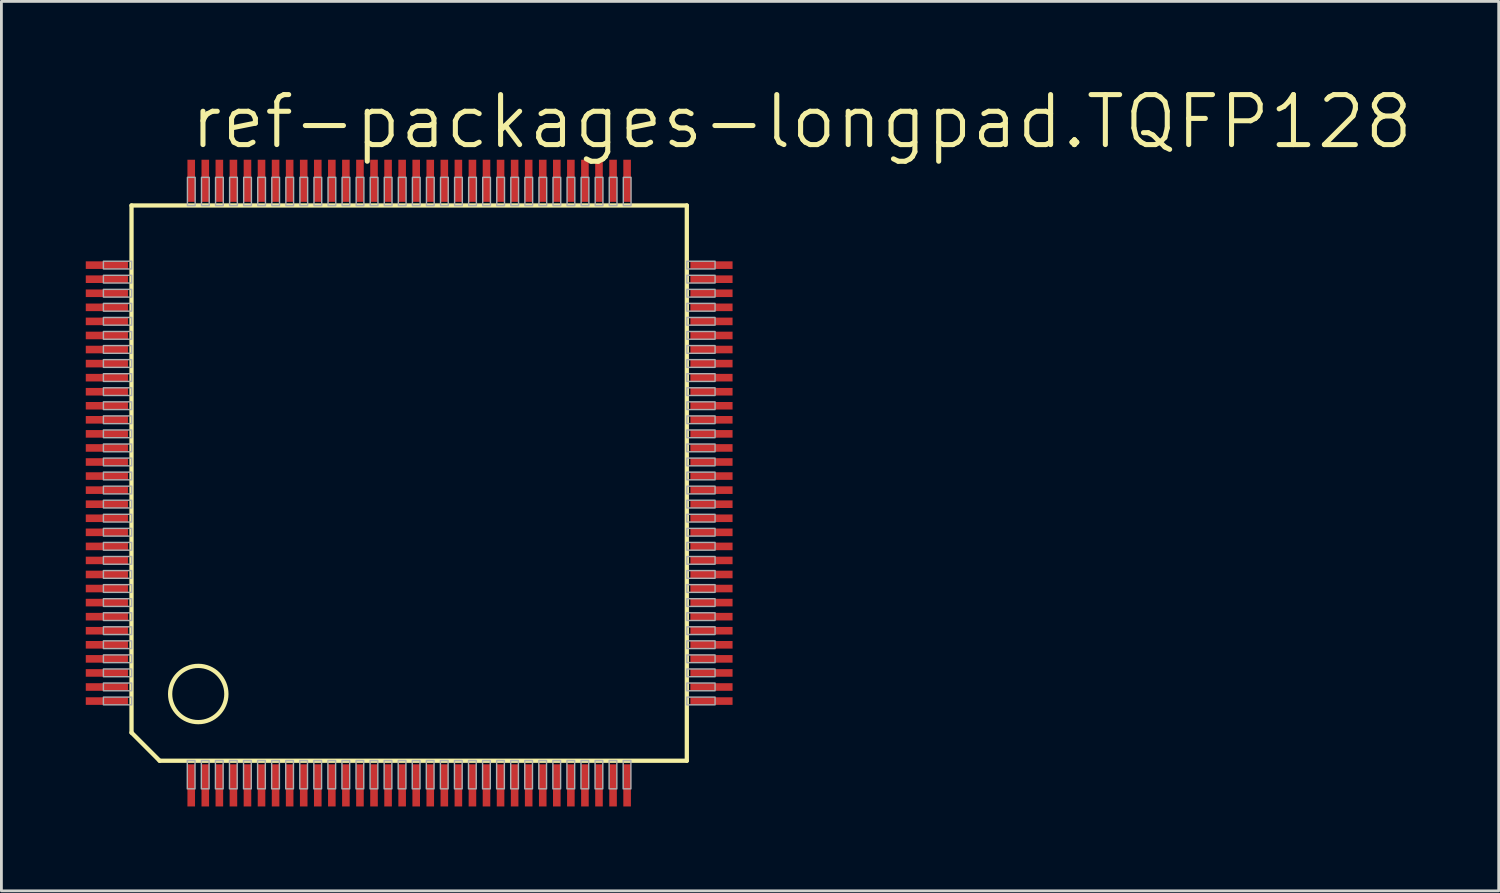
<source format=kicad_pcb>
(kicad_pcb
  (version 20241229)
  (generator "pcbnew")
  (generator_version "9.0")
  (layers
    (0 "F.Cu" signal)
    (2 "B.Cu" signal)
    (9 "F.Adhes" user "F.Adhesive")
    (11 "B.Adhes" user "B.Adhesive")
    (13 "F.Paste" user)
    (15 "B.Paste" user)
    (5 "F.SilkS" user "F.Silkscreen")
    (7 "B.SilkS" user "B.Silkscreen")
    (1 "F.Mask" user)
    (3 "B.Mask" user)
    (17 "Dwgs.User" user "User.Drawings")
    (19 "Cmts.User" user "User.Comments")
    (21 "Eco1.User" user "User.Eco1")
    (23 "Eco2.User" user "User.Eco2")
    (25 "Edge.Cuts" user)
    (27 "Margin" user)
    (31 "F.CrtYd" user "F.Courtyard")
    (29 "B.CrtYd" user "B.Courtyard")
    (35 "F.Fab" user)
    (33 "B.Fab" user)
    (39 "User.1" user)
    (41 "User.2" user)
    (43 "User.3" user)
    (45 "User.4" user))
  (footprint "ref-packages-longpad.TQFP128"
    (layer "F.Cu")
    (at 11.5 14.129)
    (property "Reference" "ref-packages-longpad.TQFP128" (at -7.874 -11.811 0) (layer "F.SilkS") (effects (font (size 1.778 1.778) (thickness 0.18)) (justify left bottom)))
    (attr smd)
    (fp_line (start -9.873 -9.873) (end -9.873 8.873) (stroke (width 0.152) (type default)) (layer "F.SilkS"))
    (fp_line (start -9.873 8.873) (end -8.873 9.873) (stroke (width 0.152) (type default)) (layer "F.SilkS"))
    (fp_line (start -8.873 9.873) (end 9.873 9.873) (stroke (width 0.152) (type default)) (layer "F.SilkS"))
    (fp_line (start 9.873 -9.873) (end -9.873 -9.873) (stroke (width 0.152) (type default)) (layer "F.SilkS"))
    (fp_line (start 9.873 9.873) (end 9.873 -9.873) (stroke (width 0.152) (type default)) (layer "F.SilkS"))
    (fp_circle (center -7.5 7.5) (end -6.5 7.5) (stroke (width 0.152) (type default)) (fill no) (layer "F.SilkS"))
    (fp_rect (start -10.873 -7.615) (end -9.868 -7.89) (stroke (width 0.05) (type default)) (fill no) (layer "F.Fab"))
    (fp_rect (start -10.873 -7.115) (end -9.868 -7.39) (stroke (width 0.05) (type default)) (fill no) (layer "F.Fab"))
    (fp_rect (start -10.873 -6.615) (end -9.868 -6.89) (stroke (width 0.05) (type default)) (fill no) (layer "F.Fab"))
    (fp_rect (start -10.873 -6.115) (end -9.868 -6.39) (stroke (width 0.05) (type default)) (fill no) (layer "F.Fab"))
    (fp_rect (start -10.873 -5.615) (end -9.868 -5.89) (stroke (width 0.05) (type default)) (fill no) (layer "F.Fab"))
    (fp_rect (start -10.873 -5.115) (end -9.868 -5.39) (stroke (width 0.05) (type default)) (fill no) (layer "F.Fab"))
    (fp_rect (start -10.873 -4.615) (end -9.868 -4.89) (stroke (width 0.05) (type default)) (fill no) (layer "F.Fab"))
    (fp_rect (start -10.873 -4.115) (end -9.868 -4.39) (stroke (width 0.05) (type default)) (fill no) (layer "F.Fab"))
    (fp_rect (start -10.873 -3.615) (end -9.868 -3.89) (stroke (width 0.05) (type default)) (fill no) (layer "F.Fab"))
    (fp_rect (start -10.873 -3.115) (end -9.868 -3.39) (stroke (width 0.05) (type default)) (fill no) (layer "F.Fab"))
    (fp_rect (start -10.873 -2.615) (end -9.868 -2.89) (stroke (width 0.05) (type default)) (fill no) (layer "F.Fab"))
    (fp_rect (start -10.873 -2.115) (end -9.868 -2.39) (stroke (width 0.05) (type default)) (fill no) (layer "F.Fab"))
    (fp_rect (start -10.873 -1.615) (end -9.868 -1.89) (stroke (width 0.05) (type default)) (fill no) (layer "F.Fab"))
    (fp_rect (start -10.873 -1.115) (end -9.868 -1.39) (stroke (width 0.05) (type default)) (fill no) (layer "F.Fab"))
    (fp_rect (start -10.873 -0.615) (end -9.868 -0.89) (stroke (width 0.05) (type default)) (fill no) (layer "F.Fab"))
    (fp_rect (start -10.873 -0.115) (end -9.868 -0.39) (stroke (width 0.05) (type default)) (fill no) (layer "F.Fab"))
    (fp_rect (start -10.873 0.385) (end -9.868 0.11) (stroke (width 0.05) (type default)) (fill no) (layer "F.Fab"))
    (fp_rect (start -10.873 0.885) (end -9.868 0.61) (stroke (width 0.05) (type default)) (fill no) (layer "F.Fab"))
    (fp_rect (start -10.873 1.385) (end -9.868 1.11) (stroke (width 0.05) (type default)) (fill no) (layer "F.Fab"))
    (fp_rect (start -10.873 1.885) (end -9.868 1.61) (stroke (width 0.05) (type default)) (fill no) (layer "F.Fab"))
    (fp_rect (start -10.873 2.385) (end -9.868 2.11) (stroke (width 0.05) (type default)) (fill no) (layer "F.Fab"))
    (fp_rect (start -10.873 2.885) (end -9.868 2.61) (stroke (width 0.05) (type default)) (fill no) (layer "F.Fab"))
    (fp_rect (start -10.873 3.385) (end -9.868 3.11) (stroke (width 0.05) (type default)) (fill no) (layer "F.Fab"))
    (fp_rect (start -10.873 3.885) (end -9.868 3.61) (stroke (width 0.05) (type default)) (fill no) (layer "F.Fab"))
    (fp_rect (start -10.873 4.385) (end -9.868 4.11) (stroke (width 0.05) (type default)) (fill no) (layer "F.Fab"))
    (fp_rect (start -10.873 4.885) (end -9.868 4.61) (stroke (width 0.05) (type default)) (fill no) (layer "F.Fab"))
    (fp_rect (start -10.873 5.385) (end -9.868 5.11) (stroke (width 0.05) (type default)) (fill no) (layer "F.Fab"))
    (fp_rect (start -10.873 5.885) (end -9.868 5.61) (stroke (width 0.05) (type default)) (fill no) (layer "F.Fab"))
    (fp_rect (start -10.873 6.385) (end -9.868 6.11) (stroke (width 0.05) (type default)) (fill no) (layer "F.Fab"))
    (fp_rect (start -10.873 6.885) (end -9.868 6.61) (stroke (width 0.05) (type default)) (fill no) (layer "F.Fab"))
    (fp_rect (start -10.873 7.385) (end -9.868 7.11) (stroke (width 0.05) (type default)) (fill no) (layer "F.Fab"))
    (fp_rect (start -10.873 7.885) (end -9.868 7.61) (stroke (width 0.05) (type default)) (fill no) (layer "F.Fab"))
    (fp_rect (start -7.89 10.873) (end -7.615 9.868) (stroke (width 0.05) (type default)) (fill no) (layer "F.Fab"))
    (fp_rect (start -7.885 -9.868) (end -7.61 -10.873) (stroke (width 0.05) (type default)) (fill no) (layer "F.Fab"))
    (fp_rect (start -7.39 10.873) (end -7.115 9.868) (stroke (width 0.05) (type default)) (fill no) (layer "F.Fab"))
    (fp_rect (start -7.385 -9.868) (end -7.11 -10.873) (stroke (width 0.05) (type default)) (fill no) (layer "F.Fab"))
    (fp_rect (start -6.89 10.873) (end -6.615 9.868) (stroke (width 0.05) (type default)) (fill no) (layer "F.Fab"))
    (fp_rect (start -6.885 -9.868) (end -6.61 -10.873) (stroke (width 0.05) (type default)) (fill no) (layer "F.Fab"))
    (fp_rect (start -6.39 10.873) (end -6.115 9.868) (stroke (width 0.05) (type default)) (fill no) (layer "F.Fab"))
    (fp_rect (start -6.385 -9.868) (end -6.11 -10.873) (stroke (width 0.05) (type default)) (fill no) (layer "F.Fab"))
    (fp_rect (start -5.89 10.873) (end -5.615 9.868) (stroke (width 0.05) (type default)) (fill no) (layer "F.Fab"))
    (fp_rect (start -5.885 -9.868) (end -5.61 -10.873) (stroke (width 0.05) (type default)) (fill no) (layer "F.Fab"))
    (fp_rect (start -5.39 10.873) (end -5.115 9.868) (stroke (width 0.05) (type default)) (fill no) (layer "F.Fab"))
    (fp_rect (start -5.385 -9.868) (end -5.11 -10.873) (stroke (width 0.05) (type default)) (fill no) (layer "F.Fab"))
    (fp_rect (start -4.89 10.873) (end -4.615 9.868) (stroke (width 0.05) (type default)) (fill no) (layer "F.Fab"))
    (fp_rect (start -4.885 -9.868) (end -4.61 -10.873) (stroke (width 0.05) (type default)) (fill no) (layer "F.Fab"))
    (fp_rect (start -4.39 10.873) (end -4.115 9.868) (stroke (width 0.05) (type default)) (fill no) (layer "F.Fab"))
    (fp_rect (start -4.385 -9.868) (end -4.11 -10.873) (stroke (width 0.05) (type default)) (fill no) (layer "F.Fab"))
    (fp_rect (start -3.89 10.873) (end -3.615 9.868) (stroke (width 0.05) (type default)) (fill no) (layer "F.Fab"))
    (fp_rect (start -3.885 -9.868) (end -3.61 -10.873) (stroke (width 0.05) (type default)) (fill no) (layer "F.Fab"))
    (fp_rect (start -3.39 10.873) (end -3.115 9.868) (stroke (width 0.05) (type default)) (fill no) (layer "F.Fab"))
    (fp_rect (start -3.385 -9.868) (end -3.11 -10.873) (stroke (width 0.05) (type default)) (fill no) (layer "F.Fab"))
    (fp_rect (start -2.89 10.873) (end -2.615 9.868) (stroke (width 0.05) (type default)) (fill no) (layer "F.Fab"))
    (fp_rect (start -2.885 -9.868) (end -2.61 -10.873) (stroke (width 0.05) (type default)) (fill no) (layer "F.Fab"))
    (fp_rect (start -2.39 10.873) (end -2.115 9.868) (stroke (width 0.05) (type default)) (fill no) (layer "F.Fab"))
    (fp_rect (start -2.385 -9.868) (end -2.11 -10.873) (stroke (width 0.05) (type default)) (fill no) (layer "F.Fab"))
    (fp_rect (start -1.89 10.873) (end -1.615 9.868) (stroke (width 0.05) (type default)) (fill no) (layer "F.Fab"))
    (fp_rect (start -1.885 -9.868) (end -1.61 -10.873) (stroke (width 0.05) (type default)) (fill no) (layer "F.Fab"))
    (fp_rect (start -1.39 10.873) (end -1.115 9.868) (stroke (width 0.05) (type default)) (fill no) (layer "F.Fab"))
    (fp_rect (start -1.385 -9.868) (end -1.11 -10.873) (stroke (width 0.05) (type default)) (fill no) (layer "F.Fab"))
    (fp_rect (start -0.89 10.873) (end -0.615 9.868) (stroke (width 0.05) (type default)) (fill no) (layer "F.Fab"))
    (fp_rect (start -0.885 -9.868) (end -0.61 -10.873) (stroke (width 0.05) (type default)) (fill no) (layer "F.Fab"))
    (fp_rect (start -0.39 10.873) (end -0.115 9.868) (stroke (width 0.05) (type default)) (fill no) (layer "F.Fab"))
    (fp_rect (start -0.385 -9.868) (end -0.11 -10.873) (stroke (width 0.05) (type default)) (fill no) (layer "F.Fab"))
    (fp_rect (start 0.11 10.873) (end 0.385 9.868) (stroke (width 0.05) (type default)) (fill no) (layer "F.Fab"))
    (fp_rect (start 0.115 -9.868) (end 0.39 -10.873) (stroke (width 0.05) (type default)) (fill no) (layer "F.Fab"))
    (fp_rect (start 0.61 10.873) (end 0.885 9.868) (stroke (width 0.05) (type default)) (fill no) (layer "F.Fab"))
    (fp_rect (start 0.615 -9.868) (end 0.89 -10.873) (stroke (width 0.05) (type default)) (fill no) (layer "F.Fab"))
    (fp_rect (start 1.11 10.873) (end 1.385 9.868) (stroke (width 0.05) (type default)) (fill no) (layer "F.Fab"))
    (fp_rect (start 1.115 -9.868) (end 1.39 -10.873) (stroke (width 0.05) (type default)) (fill no) (layer "F.Fab"))
    (fp_rect (start 1.61 10.873) (end 1.885 9.868) (stroke (width 0.05) (type default)) (fill no) (layer "F.Fab"))
    (fp_rect (start 1.615 -9.868) (end 1.89 -10.873) (stroke (width 0.05) (type default)) (fill no) (layer "F.Fab"))
    (fp_rect (start 2.11 10.873) (end 2.385 9.868) (stroke (width 0.05) (type default)) (fill no) (layer "F.Fab"))
    (fp_rect (start 2.115 -9.868) (end 2.39 -10.873) (stroke (width 0.05) (type default)) (fill no) (layer "F.Fab"))
    (fp_rect (start 2.61 10.873) (end 2.885 9.868) (stroke (width 0.05) (type default)) (fill no) (layer "F.Fab"))
    (fp_rect (start 2.615 -9.868) (end 2.89 -10.873) (stroke (width 0.05) (type default)) (fill no) (layer "F.Fab"))
    (fp_rect (start 3.11 10.873) (end 3.385 9.868) (stroke (width 0.05) (type default)) (fill no) (layer "F.Fab"))
    (fp_rect (start 3.115 -9.868) (end 3.39 -10.873) (stroke (width 0.05) (type default)) (fill no) (layer "F.Fab"))
    (fp_rect (start 3.61 10.873) (end 3.885 9.868) (stroke (width 0.05) (type default)) (fill no) (layer "F.Fab"))
    (fp_rect (start 3.615 -9.868) (end 3.89 -10.873) (stroke (width 0.05) (type default)) (fill no) (layer "F.Fab"))
    (fp_rect (start 4.11 10.873) (end 4.385 9.868) (stroke (width 0.05) (type default)) (fill no) (layer "F.Fab"))
    (fp_rect (start 4.115 -9.868) (end 4.39 -10.873) (stroke (width 0.05) (type default)) (fill no) (layer "F.Fab"))
    (fp_rect (start 4.61 10.873) (end 4.885 9.868) (stroke (width 0.05) (type default)) (fill no) (layer "F.Fab"))
    (fp_rect (start 4.615 -9.868) (end 4.89 -10.873) (stroke (width 0.05) (type default)) (fill no) (layer "F.Fab"))
    (fp_rect (start 5.11 10.873) (end 5.385 9.868) (stroke (width 0.05) (type default)) (fill no) (layer "F.Fab"))
    (fp_rect (start 5.115 -9.868) (end 5.39 -10.873) (stroke (width 0.05) (type default)) (fill no) (layer "F.Fab"))
    (fp_rect (start 5.61 10.873) (end 5.885 9.868) (stroke (width 0.05) (type default)) (fill no) (layer "F.Fab"))
    (fp_rect (start 5.615 -9.868) (end 5.89 -10.873) (stroke (width 0.05) (type default)) (fill no) (layer "F.Fab"))
    (fp_rect (start 6.11 10.873) (end 6.385 9.868) (stroke (width 0.05) (type default)) (fill no) (layer "F.Fab"))
    (fp_rect (start 6.115 -9.868) (end 6.39 -10.873) (stroke (width 0.05) (type default)) (fill no) (layer "F.Fab"))
    (fp_rect (start 6.61 10.873) (end 6.885 9.868) (stroke (width 0.05) (type default)) (fill no) (layer "F.Fab"))
    (fp_rect (start 6.615 -9.868) (end 6.89 -10.873) (stroke (width 0.05) (type default)) (fill no) (layer "F.Fab"))
    (fp_rect (start 7.11 10.873) (end 7.385 9.868) (stroke (width 0.05) (type default)) (fill no) (layer "F.Fab"))
    (fp_rect (start 7.115 -9.868) (end 7.39 -10.873) (stroke (width 0.05) (type default)) (fill no) (layer "F.Fab"))
    (fp_rect (start 7.61 10.873) (end 7.885 9.868) (stroke (width 0.05) (type default)) (fill no) (layer "F.Fab"))
    (fp_rect (start 7.615 -9.868) (end 7.89 -10.873) (stroke (width 0.05) (type default)) (fill no) (layer "F.Fab"))
    (fp_rect (start 9.873 -7.615) (end 10.878 -7.89) (stroke (width 0.05) (type default)) (fill no) (layer "F.Fab"))
    (fp_rect (start 9.873 -7.115) (end 10.878 -7.39) (stroke (width 0.05) (type default)) (fill no) (layer "F.Fab"))
    (fp_rect (start 9.873 -6.615) (end 10.878 -6.89) (stroke (width 0.05) (type default)) (fill no) (layer "F.Fab"))
    (fp_rect (start 9.873 -6.115) (end 10.878 -6.39) (stroke (width 0.05) (type default)) (fill no) (layer "F.Fab"))
    (fp_rect (start 9.873 -5.615) (end 10.878 -5.89) (stroke (width 0.05) (type default)) (fill no) (layer "F.Fab"))
    (fp_rect (start 9.873 -5.115) (end 10.878 -5.39) (stroke (width 0.05) (type default)) (fill no) (layer "F.Fab"))
    (fp_rect (start 9.873 -4.615) (end 10.878 -4.89) (stroke (width 0.05) (type default)) (fill no) (layer "F.Fab"))
    (fp_rect (start 9.873 -4.115) (end 10.878 -4.39) (stroke (width 0.05) (type default)) (fill no) (layer "F.Fab"))
    (fp_rect (start 9.873 -3.615) (end 10.878 -3.89) (stroke (width 0.05) (type default)) (fill no) (layer "F.Fab"))
    (fp_rect (start 9.873 -3.115) (end 10.878 -3.39) (stroke (width 0.05) (type default)) (fill no) (layer "F.Fab"))
    (fp_rect (start 9.873 -2.615) (end 10.878 -2.89) (stroke (width 0.05) (type default)) (fill no) (layer "F.Fab"))
    (fp_rect (start 9.873 -2.115) (end 10.878 -2.39) (stroke (width 0.05) (type default)) (fill no) (layer "F.Fab"))
    (fp_rect (start 9.873 -1.615) (end 10.878 -1.89) (stroke (width 0.05) (type default)) (fill no) (layer "F.Fab"))
    (fp_rect (start 9.873 -1.115) (end 10.878 -1.39) (stroke (width 0.05) (type default)) (fill no) (layer "F.Fab"))
    (fp_rect (start 9.873 -0.615) (end 10.878 -0.89) (stroke (width 0.05) (type default)) (fill no) (layer "F.Fab"))
    (fp_rect (start 9.873 -0.115) (end 10.878 -0.39) (stroke (width 0.05) (type default)) (fill no) (layer "F.Fab"))
    (fp_rect (start 9.873 0.385) (end 10.878 0.11) (stroke (width 0.05) (type default)) (fill no) (layer "F.Fab"))
    (fp_rect (start 9.873 0.885) (end 10.878 0.61) (stroke (width 0.05) (type default)) (fill no) (layer "F.Fab"))
    (fp_rect (start 9.873 1.385) (end 10.878 1.11) (stroke (width 0.05) (type default)) (fill no) (layer "F.Fab"))
    (fp_rect (start 9.873 1.885) (end 10.878 1.61) (stroke (width 0.05) (type default)) (fill no) (layer "F.Fab"))
    (fp_rect (start 9.873 2.385) (end 10.878 2.11) (stroke (width 0.05) (type default)) (fill no) (layer "F.Fab"))
    (fp_rect (start 9.873 2.885) (end 10.878 2.61) (stroke (width 0.05) (type default)) (fill no) (layer "F.Fab"))
    (fp_rect (start 9.873 3.385) (end 10.878 3.11) (stroke (width 0.05) (type default)) (fill no) (layer "F.Fab"))
    (fp_rect (start 9.873 3.885) (end 10.878 3.61) (stroke (width 0.05) (type default)) (fill no) (layer "F.Fab"))
    (fp_rect (start 9.873 4.385) (end 10.878 4.11) (stroke (width 0.05) (type default)) (fill no) (layer "F.Fab"))
    (fp_rect (start 9.873 4.885) (end 10.878 4.61) (stroke (width 0.05) (type default)) (fill no) (layer "F.Fab"))
    (fp_rect (start 9.873 5.385) (end 10.878 5.11) (stroke (width 0.05) (type default)) (fill no) (layer "F.Fab"))
    (fp_rect (start 9.873 5.885) (end 10.878 5.61) (stroke (width 0.05) (type default)) (fill no) (layer "F.Fab"))
    (fp_rect (start 9.873 6.385) (end 10.878 6.11) (stroke (width 0.05) (type default)) (fill no) (layer "F.Fab"))
    (fp_rect (start 9.873 6.885) (end 10.878 6.61) (stroke (width 0.05) (type default)) (fill no) (layer "F.Fab"))
    (fp_rect (start 9.873 7.385) (end 10.878 7.11) (stroke (width 0.05) (type default)) (fill no) (layer "F.Fab"))
    (fp_rect (start 9.873 7.885) (end 10.878 7.61) (stroke (width 0.05) (type default)) (fill no) (layer "F.Fab"))
    (pad "1" smd roundrect (at -7.75 10.75) (size 0.27 1.5) (layers "F.Cu" "F.Mask" "F.Paste") (roundrect_rratio 0.01))
    (pad "2" smd roundrect (at -7.25 10.75) (size 0.27 1.5) (layers "F.Cu" "F.Mask" "F.Paste") (roundrect_rratio 0.01))
    (pad "3" smd roundrect (at -6.75 10.75) (size 0.27 1.5) (layers "F.Cu" "F.Mask" "F.Paste") (roundrect_rratio 0.01))
    (pad "4" smd roundrect (at -6.25 10.75) (size 0.27 1.5) (layers "F.Cu" "F.Mask" "F.Paste") (roundrect_rratio 0.01))
    (pad "5" smd roundrect (at -5.75 10.75) (size 0.27 1.5) (layers "F.Cu" "F.Mask" "F.Paste") (roundrect_rratio 0.01))
    (pad "6" smd roundrect (at -5.25 10.75) (size 0.27 1.5) (layers "F.Cu" "F.Mask" "F.Paste") (roundrect_rratio 0.01))
    (pad "7" smd roundrect (at -4.75 10.75) (size 0.27 1.5) (layers "F.Cu" "F.Mask" "F.Paste") (roundrect_rratio 0.01))
    (pad "8" smd roundrect (at -4.25 10.75) (size 0.27 1.5) (layers "F.Cu" "F.Mask" "F.Paste") (roundrect_rratio 0.01))
    (pad "9" smd roundrect (at -3.75 10.75) (size 0.27 1.5) (layers "F.Cu" "F.Mask" "F.Paste") (roundrect_rratio 0.01))
    (pad "10" smd roundrect (at -3.25 10.75) (size 0.27 1.5) (layers "F.Cu" "F.Mask" "F.Paste") (roundrect_rratio 0.01))
    (pad "11" smd roundrect (at -2.75 10.75) (size 0.27 1.5) (layers "F.Cu" "F.Mask" "F.Paste") (roundrect_rratio 0.01))
    (pad "12" smd roundrect (at -2.25 10.75) (size 0.27 1.5) (layers "F.Cu" "F.Mask" "F.Paste") (roundrect_rratio 0.01))
    (pad "13" smd roundrect (at -1.75 10.75) (size 0.27 1.5) (layers "F.Cu" "F.Mask" "F.Paste") (roundrect_rratio 0.01))
    (pad "14" smd roundrect (at -1.25 10.75) (size 0.27 1.5) (layers "F.Cu" "F.Mask" "F.Paste") (roundrect_rratio 0.01))
    (pad "15" smd roundrect (at -0.75 10.75) (size 0.27 1.5) (layers "F.Cu" "F.Mask" "F.Paste") (roundrect_rratio 0.01))
    (pad "16" smd roundrect (at -0.25 10.75) (size 0.27 1.5) (layers "F.Cu" "F.Mask" "F.Paste") (roundrect_rratio 0.01))
    (pad "17" smd roundrect (at 0.25 10.75) (size 0.27 1.5) (layers "F.Cu" "F.Mask" "F.Paste") (roundrect_rratio 0.01))
    (pad "18" smd roundrect (at 0.75 10.75) (size 0.27 1.5) (layers "F.Cu" "F.Mask" "F.Paste") (roundrect_rratio 0.01))
    (pad "19" smd roundrect (at 1.25 10.75) (size 0.27 1.5) (layers "F.Cu" "F.Mask" "F.Paste") (roundrect_rratio 0.01))
    (pad "20" smd roundrect (at 1.75 10.75) (size 0.27 1.5) (layers "F.Cu" "F.Mask" "F.Paste") (roundrect_rratio 0.01))
    (pad "21" smd roundrect (at 2.25 10.75) (size 0.27 1.5) (layers "F.Cu" "F.Mask" "F.Paste") (roundrect_rratio 0.01))
    (pad "22" smd roundrect (at 2.75 10.75) (size 0.27 1.5) (layers "F.Cu" "F.Mask" "F.Paste") (roundrect_rratio 0.01))
    (pad "23" smd roundrect (at 3.25 10.75) (size 0.27 1.5) (layers "F.Cu" "F.Mask" "F.Paste") (roundrect_rratio 0.01))
    (pad "24" smd roundrect (at 3.75 10.75) (size 0.27 1.5) (layers "F.Cu" "F.Mask" "F.Paste") (roundrect_rratio 0.01))
    (pad "25" smd roundrect (at 4.25 10.75) (size 0.27 1.5) (layers "F.Cu" "F.Mask" "F.Paste") (roundrect_rratio 0.01))
    (pad "26" smd roundrect (at 4.75 10.75) (size 0.27 1.5) (layers "F.Cu" "F.Mask" "F.Paste") (roundrect_rratio 0.01))
    (pad "27" smd roundrect (at 5.25 10.75) (size 0.27 1.5) (layers "F.Cu" "F.Mask" "F.Paste") (roundrect_rratio 0.01))
    (pad "28" smd roundrect (at 5.75 10.75) (size 0.27 1.5) (layers "F.Cu" "F.Mask" "F.Paste") (roundrect_rratio 0.01))
    (pad "29" smd roundrect (at 6.25 10.75) (size 0.27 1.5) (layers "F.Cu" "F.Mask" "F.Paste") (roundrect_rratio 0.01))
    (pad "30" smd roundrect (at 6.75 10.75) (size 0.27 1.5) (layers "F.Cu" "F.Mask" "F.Paste") (roundrect_rratio 0.01))
    (pad "31" smd roundrect (at 7.25 10.75) (size 0.27 1.5) (layers "F.Cu" "F.Mask" "F.Paste") (roundrect_rratio 0.01))
    (pad "32" smd roundrect (at 7.75 10.75) (size 0.27 1.5) (layers "F.Cu" "F.Mask" "F.Paste") (roundrect_rratio 0.01))
    (pad "33" smd roundrect (at 10.75 7.75) (size 1.5 0.27) (layers "F.Cu" "F.Mask" "F.Paste") (roundrect_rratio 0.01))
    (pad "34" smd roundrect (at 10.75 7.25) (size 1.5 0.27) (layers "F.Cu" "F.Mask" "F.Paste") (roundrect_rratio 0.01))
    (pad "35" smd roundrect (at 10.75 6.75) (size 1.5 0.27) (layers "F.Cu" "F.Mask" "F.Paste") (roundrect_rratio 0.01))
    (pad "36" smd roundrect (at 10.75 6.25) (size 1.5 0.27) (layers "F.Cu" "F.Mask" "F.Paste") (roundrect_rratio 0.01))
    (pad "37" smd roundrect (at 10.75 5.75) (size 1.5 0.27) (layers "F.Cu" "F.Mask" "F.Paste") (roundrect_rratio 0.01))
    (pad "38" smd roundrect (at 10.75 5.25) (size 1.5 0.27) (layers "F.Cu" "F.Mask" "F.Paste") (roundrect_rratio 0.01))
    (pad "39" smd roundrect (at 10.75 4.75) (size 1.5 0.27) (layers "F.Cu" "F.Mask" "F.Paste") (roundrect_rratio 0.01))
    (pad "40" smd roundrect (at 10.75 4.25) (size 1.5 0.27) (layers "F.Cu" "F.Mask" "F.Paste") (roundrect_rratio 0.01))
    (pad "41" smd roundrect (at 10.75 3.75) (size 1.5 0.27) (layers "F.Cu" "F.Mask" "F.Paste") (roundrect_rratio 0.01))
    (pad "42" smd roundrect (at 10.75 3.25) (size 1.5 0.27) (layers "F.Cu" "F.Mask" "F.Paste") (roundrect_rratio 0.01))
    (pad "43" smd roundrect (at 10.75 2.75) (size 1.5 0.27) (layers "F.Cu" "F.Mask" "F.Paste") (roundrect_rratio 0.01))
    (pad "44" smd roundrect (at 10.75 2.25) (size 1.5 0.27) (layers "F.Cu" "F.Mask" "F.Paste") (roundrect_rratio 0.01))
    (pad "45" smd roundrect (at 10.75 1.75) (size 1.5 0.27) (layers "F.Cu" "F.Mask" "F.Paste") (roundrect_rratio 0.01))
    (pad "46" smd roundrect (at 10.75 1.25) (size 1.5 0.27) (layers "F.Cu" "F.Mask" "F.Paste") (roundrect_rratio 0.01))
    (pad "47" smd roundrect (at 10.75 0.75) (size 1.5 0.27) (layers "F.Cu" "F.Mask" "F.Paste") (roundrect_rratio 0.01))
    (pad "48" smd roundrect (at 10.75 0.25) (size 1.5 0.27) (layers "F.Cu" "F.Mask" "F.Paste") (roundrect_rratio 0.01))
    (pad "49" smd roundrect (at 10.75 -0.25) (size 1.5 0.27) (layers "F.Cu" "F.Mask" "F.Paste") (roundrect_rratio 0.01))
    (pad "50" smd roundrect (at 10.75 -0.75) (size 1.5 0.27) (layers "F.Cu" "F.Mask" "F.Paste") (roundrect_rratio 0.01))
    (pad "51" smd roundrect (at 10.75 -1.25) (size 1.5 0.27) (layers "F.Cu" "F.Mask" "F.Paste") (roundrect_rratio 0.01))
    (pad "52" smd roundrect (at 10.75 -1.75) (size 1.5 0.27) (layers "F.Cu" "F.Mask" "F.Paste") (roundrect_rratio 0.01))
    (pad "53" smd roundrect (at 10.75 -2.25) (size 1.5 0.27) (layers "F.Cu" "F.Mask" "F.Paste") (roundrect_rratio 0.01))
    (pad "54" smd roundrect (at 10.75 -2.75) (size 1.5 0.27) (layers "F.Cu" "F.Mask" "F.Paste") (roundrect_rratio 0.01))
    (pad "55" smd roundrect (at 10.75 -3.25) (size 1.5 0.27) (layers "F.Cu" "F.Mask" "F.Paste") (roundrect_rratio 0.01))
    (pad "56" smd roundrect (at 10.75 -3.75) (size 1.5 0.27) (layers "F.Cu" "F.Mask" "F.Paste") (roundrect_rratio 0.01))
    (pad "57" smd roundrect (at 10.75 -4.25) (size 1.5 0.27) (layers "F.Cu" "F.Mask" "F.Paste") (roundrect_rratio 0.01))
    (pad "58" smd roundrect (at 10.75 -4.75) (size 1.5 0.27) (layers "F.Cu" "F.Mask" "F.Paste") (roundrect_rratio 0.01))
    (pad "59" smd roundrect (at 10.75 -5.25) (size 1.5 0.27) (layers "F.Cu" "F.Mask" "F.Paste") (roundrect_rratio 0.01))
    (pad "60" smd roundrect (at 10.75 -5.75) (size 1.5 0.27) (layers "F.Cu" "F.Mask" "F.Paste") (roundrect_rratio 0.01))
    (pad "61" smd roundrect (at 10.75 -6.25) (size 1.5 0.27) (layers "F.Cu" "F.Mask" "F.Paste") (roundrect_rratio 0.01))
    (pad "62" smd roundrect (at 10.75 -6.75) (size 1.5 0.27) (layers "F.Cu" "F.Mask" "F.Paste") (roundrect_rratio 0.01))
    (pad "63" smd roundrect (at 10.75 -7.25) (size 1.5 0.27) (layers "F.Cu" "F.Mask" "F.Paste") (roundrect_rratio 0.01))
    (pad "64" smd roundrect (at 10.75 -7.75) (size 1.5 0.27) (layers "F.Cu" "F.Mask" "F.Paste") (roundrect_rratio 0.01))
    (pad "65" smd roundrect (at 7.75 -10.75) (size 0.27 1.5) (layers "F.Cu" "F.Mask" "F.Paste") (roundrect_rratio 0.01))
    (pad "66" smd roundrect (at 7.25 -10.75) (size 0.27 1.5) (layers "F.Cu" "F.Mask" "F.Paste") (roundrect_rratio 0.01))
    (pad "67" smd roundrect (at 6.75 -10.75) (size 0.27 1.5) (layers "F.Cu" "F.Mask" "F.Paste") (roundrect_rratio 0.01))
    (pad "68" smd roundrect (at 6.25 -10.75) (size 0.27 1.5) (layers "F.Cu" "F.Mask" "F.Paste") (roundrect_rratio 0.01))
    (pad "69" smd roundrect (at 5.75 -10.75) (size 0.27 1.5) (layers "F.Cu" "F.Mask" "F.Paste") (roundrect_rratio 0.01))
    (pad "70" smd roundrect (at 5.25 -10.75) (size 0.27 1.5) (layers "F.Cu" "F.Mask" "F.Paste") (roundrect_rratio 0.01))
    (pad "71" smd roundrect (at 4.75 -10.75) (size 0.27 1.5) (layers "F.Cu" "F.Mask" "F.Paste") (roundrect_rratio 0.01))
    (pad "72" smd roundrect (at 4.25 -10.75) (size 0.27 1.5) (layers "F.Cu" "F.Mask" "F.Paste") (roundrect_rratio 0.01))
    (pad "73" smd roundrect (at 3.75 -10.75) (size 0.27 1.5) (layers "F.Cu" "F.Mask" "F.Paste") (roundrect_rratio 0.01))
    (pad "74" smd roundrect (at 3.25 -10.75) (size 0.27 1.5) (layers "F.Cu" "F.Mask" "F.Paste") (roundrect_rratio 0.01))
    (pad "75" smd roundrect (at 2.75 -10.75) (size 0.27 1.5) (layers "F.Cu" "F.Mask" "F.Paste") (roundrect_rratio 0.01))
    (pad "76" smd roundrect (at 2.25 -10.75) (size 0.27 1.5) (layers "F.Cu" "F.Mask" "F.Paste") (roundrect_rratio 0.01))
    (pad "77" smd roundrect (at 1.75 -10.75) (size 0.27 1.5) (layers "F.Cu" "F.Mask" "F.Paste") (roundrect_rratio 0.01))
    (pad "78" smd roundrect (at 1.25 -10.75) (size 0.27 1.5) (layers "F.Cu" "F.Mask" "F.Paste") (roundrect_rratio 0.01))
    (pad "79" smd roundrect (at 0.75 -10.75) (size 0.27 1.5) (layers "F.Cu" "F.Mask" "F.Paste") (roundrect_rratio 0.01))
    (pad "80" smd roundrect (at 0.25 -10.75) (size 0.27 1.5) (layers "F.Cu" "F.Mask" "F.Paste") (roundrect_rratio 0.01))
    (pad "81" smd roundrect (at -0.25 -10.75) (size 0.27 1.5) (layers "F.Cu" "F.Mask" "F.Paste") (roundrect_rratio 0.01))
    (pad "82" smd roundrect (at -0.75 -10.75) (size 0.27 1.5) (layers "F.Cu" "F.Mask" "F.Paste") (roundrect_rratio 0.01))
    (pad "83" smd roundrect (at -1.25 -10.75) (size 0.27 1.5) (layers "F.Cu" "F.Mask" "F.Paste") (roundrect_rratio 0.01))
    (pad "84" smd roundrect (at -1.75 -10.75) (size 0.27 1.5) (layers "F.Cu" "F.Mask" "F.Paste") (roundrect_rratio 0.01))
    (pad "85" smd roundrect (at -2.25 -10.75) (size 0.27 1.5) (layers "F.Cu" "F.Mask" "F.Paste") (roundrect_rratio 0.01))
    (pad "86" smd roundrect (at -2.75 -10.75) (size 0.27 1.5) (layers "F.Cu" "F.Mask" "F.Paste") (roundrect_rratio 0.01))
    (pad "87" smd roundrect (at -3.25 -10.75) (size 0.27 1.5) (layers "F.Cu" "F.Mask" "F.Paste") (roundrect_rratio 0.01))
    (pad "88" smd roundrect (at -3.75 -10.75) (size 0.27 1.5) (layers "F.Cu" "F.Mask" "F.Paste") (roundrect_rratio 0.01))
    (pad "89" smd roundrect (at -4.25 -10.75) (size 0.27 1.5) (layers "F.Cu" "F.Mask" "F.Paste") (roundrect_rratio 0.01))
    (pad "90" smd roundrect (at -4.75 -10.75) (size 0.27 1.5) (layers "F.Cu" "F.Mask" "F.Paste") (roundrect_rratio 0.01))
    (pad "91" smd roundrect (at -5.25 -10.75) (size 0.27 1.5) (layers "F.Cu" "F.Mask" "F.Paste") (roundrect_rratio 0.01))
    (pad "92" smd roundrect (at -5.75 -10.75) (size 0.27 1.5) (layers "F.Cu" "F.Mask" "F.Paste") (roundrect_rratio 0.01))
    (pad "93" smd roundrect (at -6.25 -10.75) (size 0.27 1.5) (layers "F.Cu" "F.Mask" "F.Paste") (roundrect_rratio 0.01))
    (pad "94" smd roundrect (at -6.75 -10.75) (size 0.27 1.5) (layers "F.Cu" "F.Mask" "F.Paste") (roundrect_rratio 0.01))
    (pad "95" smd roundrect (at -7.25 -10.75) (size 0.27 1.5) (layers "F.Cu" "F.Mask" "F.Paste") (roundrect_rratio 0.01))
    (pad "96" smd roundrect (at -7.75 -10.75) (size 0.27 1.5) (layers "F.Cu" "F.Mask" "F.Paste") (roundrect_rratio 0.01))
    (pad "97" smd roundrect (at -10.75 -7.75) (size 1.5 0.27) (layers "F.Cu" "F.Mask" "F.Paste") (roundrect_rratio 0.01))
    (pad "98" smd roundrect (at -10.75 -7.25) (size 1.5 0.27) (layers "F.Cu" "F.Mask" "F.Paste") (roundrect_rratio 0.01))
    (pad "99" smd roundrect (at -10.75 -6.75) (size 1.5 0.27) (layers "F.Cu" "F.Mask" "F.Paste") (roundrect_rratio 0.01))
    (pad "100" smd roundrect (at -10.75 -6.25) (size 1.5 0.27) (layers "F.Cu" "F.Mask" "F.Paste") (roundrect_rratio 0.01))
    (pad "101" smd roundrect (at -10.75 -5.75) (size 1.5 0.27) (layers "F.Cu" "F.Mask" "F.Paste") (roundrect_rratio 0.01))
    (pad "102" smd roundrect (at -10.75 -5.25) (size 1.5 0.27) (layers "F.Cu" "F.Mask" "F.Paste") (roundrect_rratio 0.01))
    (pad "103" smd roundrect (at -10.75 -4.75) (size 1.5 0.27) (layers "F.Cu" "F.Mask" "F.Paste") (roundrect_rratio 0.01))
    (pad "104" smd roundrect (at -10.75 -4.25) (size 1.5 0.27) (layers "F.Cu" "F.Mask" "F.Paste") (roundrect_rratio 0.01))
    (pad "105" smd roundrect (at -10.75 -3.75) (size 1.5 0.27) (layers "F.Cu" "F.Mask" "F.Paste") (roundrect_rratio 0.01))
    (pad "106" smd roundrect (at -10.75 -3.25) (size 1.5 0.27) (layers "F.Cu" "F.Mask" "F.Paste") (roundrect_rratio 0.01))
    (pad "107" smd roundrect (at -10.75 -2.75) (size 1.5 0.27) (layers "F.Cu" "F.Mask" "F.Paste") (roundrect_rratio 0.01))
    (pad "108" smd roundrect (at -10.75 -2.25) (size 1.5 0.27) (layers "F.Cu" "F.Mask" "F.Paste") (roundrect_rratio 0.01))
    (pad "109" smd roundrect (at -10.75 -1.75) (size 1.5 0.27) (layers "F.Cu" "F.Mask" "F.Paste") (roundrect_rratio 0.01))
    (pad "110" smd roundrect (at -10.75 -1.25) (size 1.5 0.27) (layers "F.Cu" "F.Mask" "F.Paste") (roundrect_rratio 0.01))
    (pad "111" smd roundrect (at -10.75 -0.75) (size 1.5 0.27) (layers "F.Cu" "F.Mask" "F.Paste") (roundrect_rratio 0.01))
    (pad "112" smd roundrect (at -10.75 -0.25) (size 1.5 0.27) (layers "F.Cu" "F.Mask" "F.Paste") (roundrect_rratio 0.01))
    (pad "113" smd roundrect (at -10.75 0.25) (size 1.5 0.27) (layers "F.Cu" "F.Mask" "F.Paste") (roundrect_rratio 0.01))
    (pad "114" smd roundrect (at -10.75 0.75) (size 1.5 0.27) (layers "F.Cu" "F.Mask" "F.Paste") (roundrect_rratio 0.01))
    (pad "115" smd roundrect (at -10.75 1.25) (size 1.5 0.27) (layers "F.Cu" "F.Mask" "F.Paste") (roundrect_rratio 0.01))
    (pad "116" smd roundrect (at -10.75 1.75) (size 1.5 0.27) (layers "F.Cu" "F.Mask" "F.Paste") (roundrect_rratio 0.01))
    (pad "117" smd roundrect (at -10.75 2.25) (size 1.5 0.27) (layers "F.Cu" "F.Mask" "F.Paste") (roundrect_rratio 0.01))
    (pad "118" smd roundrect (at -10.75 2.75) (size 1.5 0.27) (layers "F.Cu" "F.Mask" "F.Paste") (roundrect_rratio 0.01))
    (pad "119" smd roundrect (at -10.75 3.25) (size 1.5 0.27) (layers "F.Cu" "F.Mask" "F.Paste") (roundrect_rratio 0.01))
    (pad "120" smd roundrect (at -10.75 3.75) (size 1.5 0.27) (layers "F.Cu" "F.Mask" "F.Paste") (roundrect_rratio 0.01))
    (pad "121" smd roundrect (at -10.75 4.25) (size 1.5 0.27) (layers "F.Cu" "F.Mask" "F.Paste") (roundrect_rratio 0.01))
    (pad "122" smd roundrect (at -10.75 4.75) (size 1.5 0.27) (layers "F.Cu" "F.Mask" "F.Paste") (roundrect_rratio 0.01))
    (pad "123" smd roundrect (at -10.75 5.25) (size 1.5 0.27) (layers "F.Cu" "F.Mask" "F.Paste") (roundrect_rratio 0.01))
    (pad "124" smd roundrect (at -10.75 5.75) (size 1.5 0.27) (layers "F.Cu" "F.Mask" "F.Paste") (roundrect_rratio 0.01))
    (pad "125" smd roundrect (at -10.75 6.25) (size 1.5 0.27) (layers "F.Cu" "F.Mask" "F.Paste") (roundrect_rratio 0.01))
    (pad "126" smd roundrect (at -10.75 6.75) (size 1.5 0.27) (layers "F.Cu" "F.Mask" "F.Paste") (roundrect_rratio 0.01))
    (pad "127" smd roundrect (at -10.75 7.25) (size 1.5 0.27) (layers "F.Cu" "F.Mask" "F.Paste") (roundrect_rratio 0.01))
    (pad "128" smd roundrect (at -10.75 7.75) (size 1.5 0.27) (layers "F.Cu" "F.Mask" "F.Paste") (roundrect_rratio 0.01)))
  (gr_rect
    (start -3 -3)
    (end 50.244 28.629)
    (stroke (width 0.1) (type default))
    (fill no)
    (layer "Edge.Cuts")))
</source>
